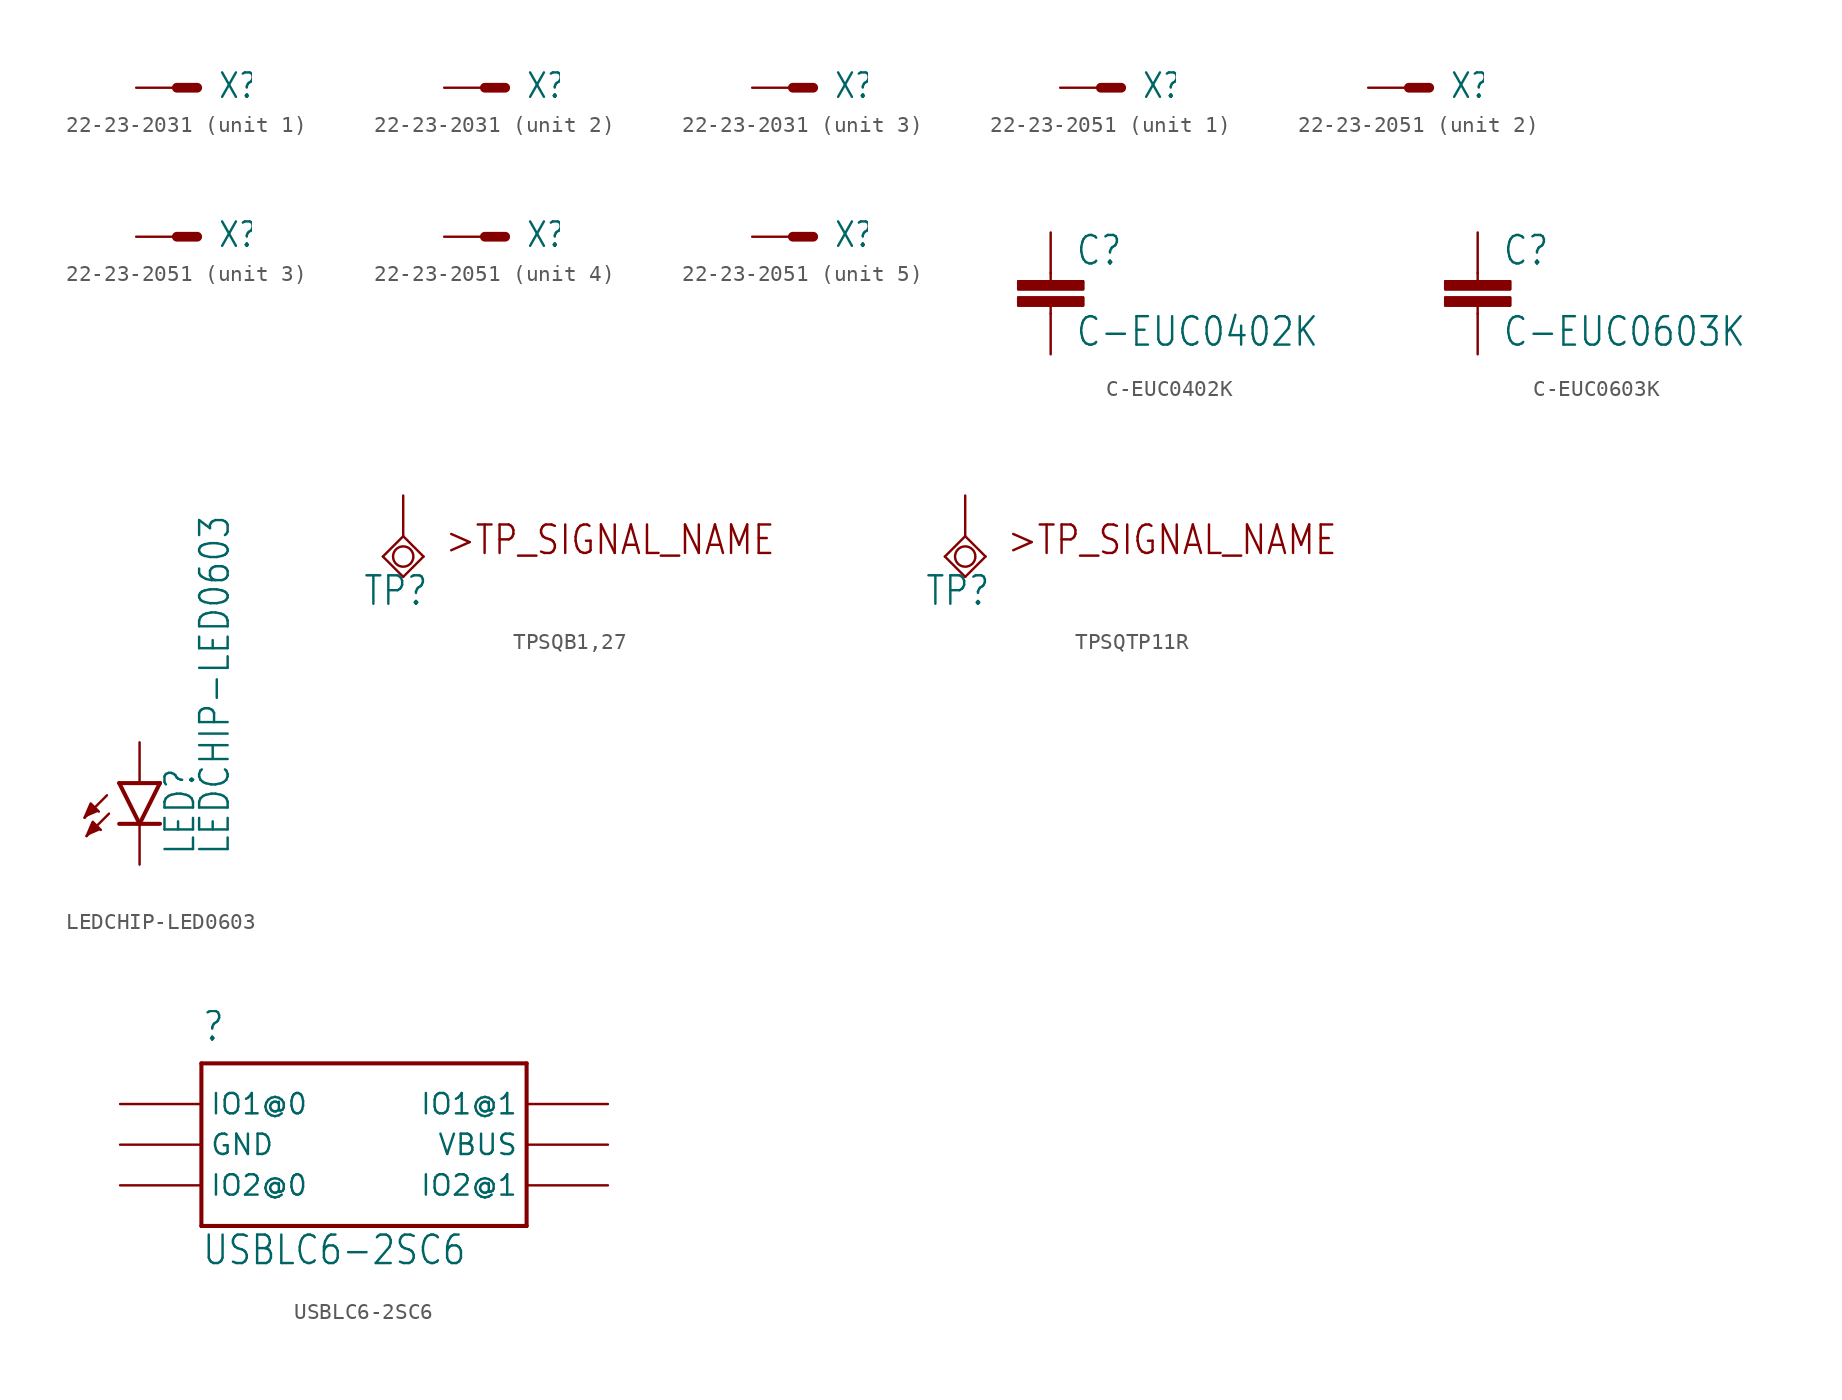
<source format=kicad_sym>
(kicad_symbol_lib
  (version 20211014)
  (generator kicad_symbol_editor)
  (symbol "22-23-2031"
    (property "Reference" "X"
      (at 2.54 -0.762 0)
      (effects (font (size 1.524 1.295)) (justify left bottom)))
    (property "ki_locked" ""
      (at 0 0 0)
      (effects (font (size 1.27 1.27))))
    (symbol "22-23-2031_1_0"
      (polyline (pts (xy 1.27 0) (xy 0 0)) (stroke (width 0.61) (type default) (color 0 0 0 0)) (fill (type none)))
      (pin passive line (at -2.54 0 0) (length 2.54) (name "S" (effects (font (size 0 0)))) (number "1" (effects (font (size 0 0))))))
    (symbol "22-23-2031_2_0"
      (polyline (pts (xy 1.27 0) (xy 0 0)) (stroke (width 0.61) (type default) (color 0 0 0 0)) (fill (type none)))
      (pin passive line (at -2.54 0 0) (length 2.54) (name "S" (effects (font (size 0 0)))) (number "2" (effects (font (size 0 0))))))
    (symbol "22-23-2031_3_0"
      (polyline (pts (xy 1.27 0) (xy 0 0)) (stroke (width 0.61) (type default) (color 0 0 0 0)) (fill (type none)))
      (pin passive line (at -2.54 0 0) (length 2.54) (name "S" (effects (font (size 0 0)))) (number "3" (effects (font (size 0 0)))))))
  (symbol "22-23-2051"
    (property "Reference" "X"
      (at 2.54 -0.762 0)
      (effects (font (size 1.524 1.295)) (justify left bottom)))
    (property "ki_locked" ""
      (at 0 0 0)
      (effects (font (size 1.27 1.27))))
    (symbol "22-23-2051_1_0"
      (polyline (pts (xy 1.27 0) (xy 0 0)) (stroke (width 0.61) (type default) (color 0 0 0 0)) (fill (type none)))
      (pin passive line (at -2.54 0 0) (length 2.54) (name "S" (effects (font (size 0 0)))) (number "1" (effects (font (size 0 0))))))
    (symbol "22-23-2051_2_0"
      (polyline (pts (xy 1.27 0) (xy 0 0)) (stroke (width 0.61) (type default) (color 0 0 0 0)) (fill (type none)))
      (pin passive line (at -2.54 0 0) (length 2.54) (name "S" (effects (font (size 0 0)))) (number "2" (effects (font (size 0 0))))))
    (symbol "22-23-2051_3_0"
      (polyline (pts (xy 1.27 0) (xy 0 0)) (stroke (width 0.61) (type default) (color 0 0 0 0)) (fill (type none)))
      (pin passive line (at -2.54 0 0) (length 2.54) (name "S" (effects (font (size 0 0)))) (number "3" (effects (font (size 0 0))))))
    (symbol "22-23-2051_4_0"
      (polyline (pts (xy 1.27 0) (xy 0 0)) (stroke (width 0.61) (type default) (color 0 0 0 0)) (fill (type none)))
      (pin passive line (at -2.54 0 0) (length 2.54) (name "S" (effects (font (size 0 0)))) (number "4" (effects (font (size 0 0))))))
    (symbol "22-23-2051_5_0"
      (polyline (pts (xy 1.27 0) (xy 0 0)) (stroke (width 0.61) (type default) (color 0 0 0 0)) (fill (type none)))
      (pin passive line (at -2.54 0 0) (length 2.54) (name "S" (effects (font (size 0 0)))) (number "5" (effects (font (size 0 0)))))))
  (symbol "C-EUC0402K"
    (property "Reference" "C"
      (at 1.524 0.381 0)
      (effects (font (size 1.778 1.511)) (justify left bottom)))
    (property "Value" "C-EUC0402K"
      (at 1.524 -4.699 0)
      (effects (font (size 1.778 1.511)) (justify left bottom)))
    (property "ki_locked" ""
      (at 0 0 0)
      (effects (font (size 1.27 1.27))))
    (symbol "C-EUC0402K_1_0"
      (rectangle (start -2.032 -2.032) (end 2.032 -1.524) (stroke (width 0) (type default) (color 0 0 0 0)) (fill (type outline)))
      (rectangle (start -2.032 -2.032) (end 2.032 -1.524) (stroke (width 0) (type default) (color 0 0 0 0)) (fill (type outline)))
      (rectangle (start -2.032 -1.016) (end 2.032 -0.508) (stroke (width 0) (type default) (color 0 0 0 0)) (fill (type outline)))
      (rectangle (start -2.032 -1.016) (end 2.032 -0.508) (stroke (width 0) (type default) (color 0 0 0 0)) (fill (type outline)))
      (polyline (pts (xy 0 -2.54) (xy 0 -2.032)) (stroke (width 0.152) (type default) (color 0 0 0 0)) (fill (type none)))
      (polyline (pts (xy 0 0) (xy 0 -0.508)) (stroke (width 0.152) (type default) (color 0 0 0 0)) (fill (type none)))
      (pin passive line (at 0 2.54 270) (length 2.54) (name "1" (effects (font (size 0 0)))) (number "1" (effects (font (size 0 0)))))
      (pin passive line (at 0 -5.08 90) (length 2.54) (name "2" (effects (font (size 0 0)))) (number "2" (effects (font (size 0 0)))))))
  (symbol "C-EUC0603K"
    (property "Reference" "C"
      (at 1.524 0.381 0)
      (effects (font (size 1.778 1.511)) (justify left bottom)))
    (property "Value" "C-EUC0603K"
      (at 1.524 -4.699 0)
      (effects (font (size 1.778 1.511)) (justify left bottom)))
    (property "ki_locked" ""
      (at 0 0 0)
      (effects (font (size 1.27 1.27))))
    (symbol "C-EUC0603K_1_0"
      (rectangle (start -2.032 -2.032) (end 2.032 -1.524) (stroke (width 0) (type default) (color 0 0 0 0)) (fill (type outline)))
      (rectangle (start -2.032 -2.032) (end 2.032 -1.524) (stroke (width 0) (type default) (color 0 0 0 0)) (fill (type outline)))
      (rectangle (start -2.032 -1.016) (end 2.032 -0.508) (stroke (width 0) (type default) (color 0 0 0 0)) (fill (type outline)))
      (rectangle (start -2.032 -1.016) (end 2.032 -0.508) (stroke (width 0) (type default) (color 0 0 0 0)) (fill (type outline)))
      (polyline (pts (xy 0 -2.54) (xy 0 -2.032)) (stroke (width 0.152) (type default) (color 0 0 0 0)) (fill (type none)))
      (polyline (pts (xy 0 0) (xy 0 -0.508)) (stroke (width 0.152) (type default) (color 0 0 0 0)) (fill (type none)))
      (pin passive line (at 0 2.54 270) (length 2.54) (name "1" (effects (font (size 0 0)))) (number "1" (effects (font (size 0 0)))))
      (pin passive line (at 0 -5.08 90) (length 2.54) (name "2" (effects (font (size 0 0)))) (number "2" (effects (font (size 0 0)))))))
  (symbol "LEDCHIP-LED0603"
    (property "Reference" "LED"
      (at 3.556 -4.572 90)
      (effects (font (size 1.778 1.511)) (justify left bottom)))
    (property "Value" "LEDCHIP-LED0603"
      (at 5.715 -4.572 90)
      (effects (font (size 1.778 1.511)) (justify left bottom)))
    (property "ki_locked" ""
      (at 0 0 0)
      (effects (font (size 1.27 1.27))))
    (symbol "LEDCHIP-LED0603_1_0"
      (polyline (pts (xy -2.032 -0.762) (xy -3.429 -2.159)) (stroke (width 0.152) (type default) (color 0 0 0 0)) (fill (type none)))
      (polyline (pts (xy -1.905 -1.905) (xy -3.302 -3.302)) (stroke (width 0.152) (type default) (color 0 0 0 0)) (fill (type none)))
      (polyline (pts (xy 0 -2.54) (xy -1.27 -2.54)) (stroke (width 0.254) (type default) (color 0 0 0 0)) (fill (type none)))
      (polyline (pts (xy 0 -2.54) (xy -1.27 0)) (stroke (width 0.254) (type default) (color 0 0 0 0)) (fill (type none)))
      (polyline (pts (xy 1.27 -2.54) (xy 0 -2.54)) (stroke (width 0.254) (type default) (color 0 0 0 0)) (fill (type none)))
      (polyline (pts (xy 1.27 0) (xy -1.27 0)) (stroke (width 0.254) (type default) (color 0 0 0 0)) (fill (type none)))
      (polyline (pts (xy 1.27 0) (xy 0 -2.54)) (stroke (width 0.254) (type default) (color 0 0 0 0)) (fill (type none)))
      (polyline (pts (xy -3.429 -2.159) (xy -3.048 -1.27) (xy -2.54 -1.778)) (stroke (width 0) (type default) (color 0 0 0 0)) (fill (type outline)))
      (polyline (pts (xy -3.302 -3.302) (xy -2.921 -2.413) (xy -2.413 -2.921)) (stroke (width 0) (type default) (color 0 0 0 0)) (fill (type outline)))
      (pin passive line (at 0 2.54 270) (length 2.54) (name "A" (effects (font (size 0 0)))) (number "A" (effects (font (size 0 0)))))
      (pin passive line (at 0 -5.08 90) (length 2.54) (name "C" (effects (font (size 0 0)))) (number "C" (effects (font (size 0 0)))))))
  (symbol "TPSQB1,27"
    (property "Reference" "TP"
      (at -2.54 -4.445 0)
      (effects (font (size 1.778 1.511)) (justify left bottom)))
    (property "ki_locked" ""
      (at 0 0 0)
      (effects (font (size 1.27 1.27))))
    (symbol "TPSQB1,27_1_0"
      (circle (center 0 -1.27) (radius 0.635) (stroke (width 0.152) (type default) (color 0 0 0 0)) (fill (type none)))
      (polyline (pts (xy -1.27 -1.27) (xy 0 -2.54)) (stroke (width 0.152) (type default) (color 0 0 0 0)) (fill (type none)))
      (polyline (pts (xy 0 -2.54) (xy 1.27 -1.27)) (stroke (width 0.152) (type default) (color 0 0 0 0)) (fill (type none)))
      (polyline (pts (xy 0 0) (xy -1.27 -1.27)) (stroke (width 0.152) (type default) (color 0 0 0 0)) (fill (type none)))
      (polyline (pts (xy 1.27 -1.27) (xy 0 0)) (stroke (width 0.152) (type default) (color 0 0 0 0)) (fill (type none)))
      (text ">TP_SIGNAL_NAME" (at 2.54 -1.27 0) (effects (font (size 1.778 1.511)) (justify left bottom)))
      (pin input line (at 0 2.54 270) (length 2.54) (name "TP" (effects (font (size 0 0)))) (number "TP" (effects (font (size 0 0)))))))
  (symbol "TPSQTP11R"
    (property "Reference" "TP"
      (at -2.54 -4.445 0)
      (effects (font (size 1.778 1.511)) (justify left bottom)))
    (property "ki_locked" ""
      (at 0 0 0)
      (effects (font (size 1.27 1.27))))
    (symbol "TPSQTP11R_1_0"
      (circle (center 0 -1.27) (radius 0.635) (stroke (width 0.152) (type default) (color 0 0 0 0)) (fill (type none)))
      (polyline (pts (xy -1.27 -1.27) (xy 0 -2.54)) (stroke (width 0.152) (type default) (color 0 0 0 0)) (fill (type none)))
      (polyline (pts (xy 0 -2.54) (xy 1.27 -1.27)) (stroke (width 0.152) (type default) (color 0 0 0 0)) (fill (type none)))
      (polyline (pts (xy 0 0) (xy -1.27 -1.27)) (stroke (width 0.152) (type default) (color 0 0 0 0)) (fill (type none)))
      (polyline (pts (xy 1.27 -1.27) (xy 0 0)) (stroke (width 0.152) (type default) (color 0 0 0 0)) (fill (type none)))
      (text ">TP_SIGNAL_NAME" (at 2.54 -1.27 0) (effects (font (size 1.778 1.511)) (justify left bottom)))
      (pin input line (at 0 2.54 270) (length 2.54) (name "TP" (effects (font (size 0 0)))) (number "TP" (effects (font (size 0 0)))))))
  (symbol "USBLC6-2SC6"
    (property "Reference" ""
      (at -10.16 8.89 0)
      (effects (font (size 1.778 1.511)) (justify left bottom)))
    (property "Value" "USBLC6-2SC6"
      (at -10.16 -5.08 0)
      (effects (font (size 1.778 1.511)) (justify left bottom)))
    (property "ki_locked" ""
      (at 0 0 0)
      (effects (font (size 1.27 1.27))))
    (symbol "USBLC6-2SC6_1_0"
      (polyline (pts (xy -10.16 -2.54) (xy 10.16 -2.54)) (stroke (width 0.254) (type default) (color 0 0 0 0)) (fill (type none)))
      (polyline (pts (xy -10.16 7.62) (xy -10.16 -2.54)) (stroke (width 0.254) (type default) (color 0 0 0 0)) (fill (type none)))
      (polyline (pts (xy 10.16 -2.54) (xy 10.16 7.62)) (stroke (width 0.254) (type default) (color 0 0 0 0)) (fill (type none)))
      (polyline (pts (xy 10.16 7.62) (xy -10.16 7.62)) (stroke (width 0.254) (type default) (color 0 0 0 0)) (fill (type none)))
      (pin bidirectional line (at -15.24 5.08 0) (length 5.08) (name "IO1@0" (effects (font (size 1.27 1.27)))) (number "P$1" (effects (font (size 0 0)))))
      (pin bidirectional line (at -15.24 2.54 0) (length 5.08) (name "GND" (effects (font (size 1.27 1.27)))) (number "P$2" (effects (font (size 0 0)))))
      (pin bidirectional line (at -15.24 0 0) (length 5.08) (name "IO2@0" (effects (font (size 1.27 1.27)))) (number "P$3" (effects (font (size 0 0)))))
      (pin bidirectional line (at 15.24 0 180) (length 5.08) (name "IO2@1" (effects (font (size 1.27 1.27)))) (number "P$4" (effects (font (size 0 0)))))
      (pin bidirectional line (at 15.24 2.54 180) (length 5.08) (name "VBUS" (effects (font (size 1.27 1.27)))) (number "P$5" (effects (font (size 0 0)))))
      (pin bidirectional line (at 15.24 5.08 180) (length 5.08) (name "IO1@1" (effects (font (size 1.27 1.27)))) (number "P$6" (effects (font (size 0 0))))))))
</source>
